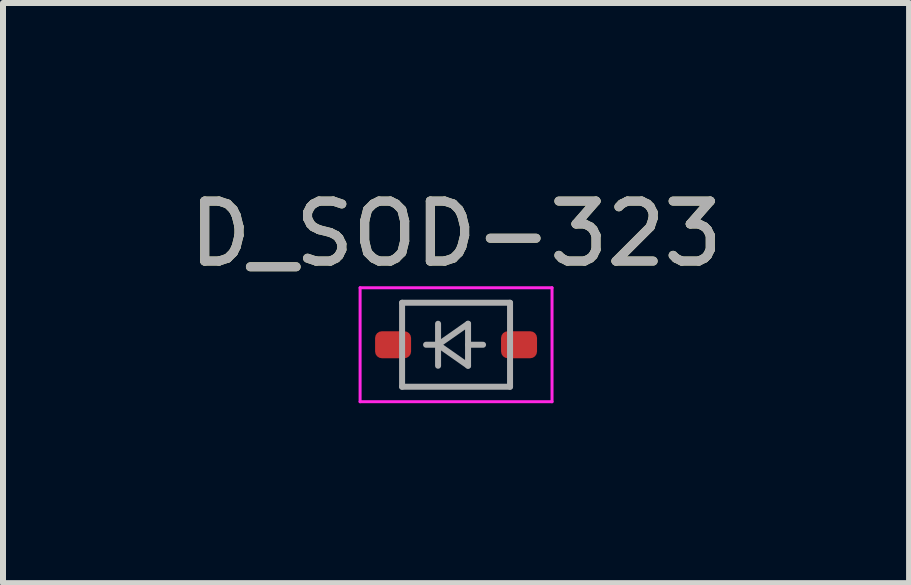
<source format=kicad_pcb>
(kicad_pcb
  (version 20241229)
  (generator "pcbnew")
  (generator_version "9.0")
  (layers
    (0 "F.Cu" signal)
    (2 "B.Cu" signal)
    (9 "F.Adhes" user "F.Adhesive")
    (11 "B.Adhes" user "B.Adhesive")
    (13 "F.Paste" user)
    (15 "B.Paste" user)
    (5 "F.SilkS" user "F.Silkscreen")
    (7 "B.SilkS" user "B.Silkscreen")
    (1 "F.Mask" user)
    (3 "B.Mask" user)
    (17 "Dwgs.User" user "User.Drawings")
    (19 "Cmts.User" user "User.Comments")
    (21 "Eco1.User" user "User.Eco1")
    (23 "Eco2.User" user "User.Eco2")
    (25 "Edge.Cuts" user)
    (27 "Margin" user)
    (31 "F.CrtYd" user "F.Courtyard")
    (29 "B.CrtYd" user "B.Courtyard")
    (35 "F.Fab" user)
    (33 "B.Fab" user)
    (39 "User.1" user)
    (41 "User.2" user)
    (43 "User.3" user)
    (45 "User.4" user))
  (footprint "D_SOD-323"
    (layer "F.Cu")
    (at 4.554 2.698)
    (property "Reference" "D_SOD-323" (at 0 -1.85 0) (layer "F.SilkS") (effects (font (size 1 1) (thickness 0.15))))
    (attr smd)
    (fp_line (start -1.6 -0.95) (end -1.6 0.95) (stroke (width 0.05) (type solid)) (layer "F.CrtYd"))
    (fp_line (start -1.6 -0.95) (end 1.6 -0.95) (stroke (width 0.05) (type solid)) (layer "F.CrtYd"))
    (fp_line (start -1.6 0.95) (end 1.6 0.95) (stroke (width 0.05) (type solid)) (layer "F.CrtYd"))
    (fp_line (start 1.6 -0.95) (end 1.6 0.95) (stroke (width 0.05) (type solid)) (layer "F.CrtYd"))
    (fp_line (start -0.9 -0.7) (end 0.9 -0.7) (stroke (width 0.1) (type solid)) (layer "F.Fab"))
    (fp_line (start -0.9 0.7) (end -0.9 -0.7) (stroke (width 0.1) (type solid)) (layer "F.Fab"))
    (fp_line (start -0.3 -0.35) (end -0.3 0.35) (stroke (width 0.1) (type solid)) (layer "F.Fab"))
    (fp_line (start -0.3 0) (end -0.5 0) (stroke (width 0.1) (type solid)) (layer "F.Fab"))
    (fp_line (start -0.3 0) (end 0.2 -0.35) (stroke (width 0.1) (type solid)) (layer "F.Fab"))
    (fp_line (start 0.2 -0.35) (end 0.2 0.35) (stroke (width 0.1) (type solid)) (layer "F.Fab"))
    (fp_line (start 0.2 0) (end 0.45 0) (stroke (width 0.1) (type solid)) (layer "F.Fab"))
    (fp_line (start 0.2 0.35) (end -0.3 0) (stroke (width 0.1) (type solid)) (layer "F.Fab"))
    (fp_line (start 0.9 -0.7) (end 0.9 0.7) (stroke (width 0.1) (type solid)) (layer "F.Fab"))
    (fp_line (start 0.9 0.7) (end -0.9 0.7) (stroke (width 0.1) (type solid)) (layer "F.Fab"))
    (fp_text user "${REFERENCE}" (at 0 -1.85 0) (layer "F.Fab") (effects (font (size 1 1) (thickness 0.15))))
    (pad "1" smd roundrect (at -1.05 0) (size 0.6 0.45) (layers "F.Cu" "F.Mask" "F.Paste") (roundrect_rratio 0.25))
    (pad "2" smd roundrect (at 1.05 0) (size 0.6 0.45) (layers "F.Cu" "F.Mask" "F.Paste") (roundrect_rratio 0.25)))
  (gr_rect
    (start -3 -3)
    (end 12.107 6.673)
    (stroke (width 0.1) (type default))
    (fill no)
    (layer "Edge.Cuts")))
</source>
